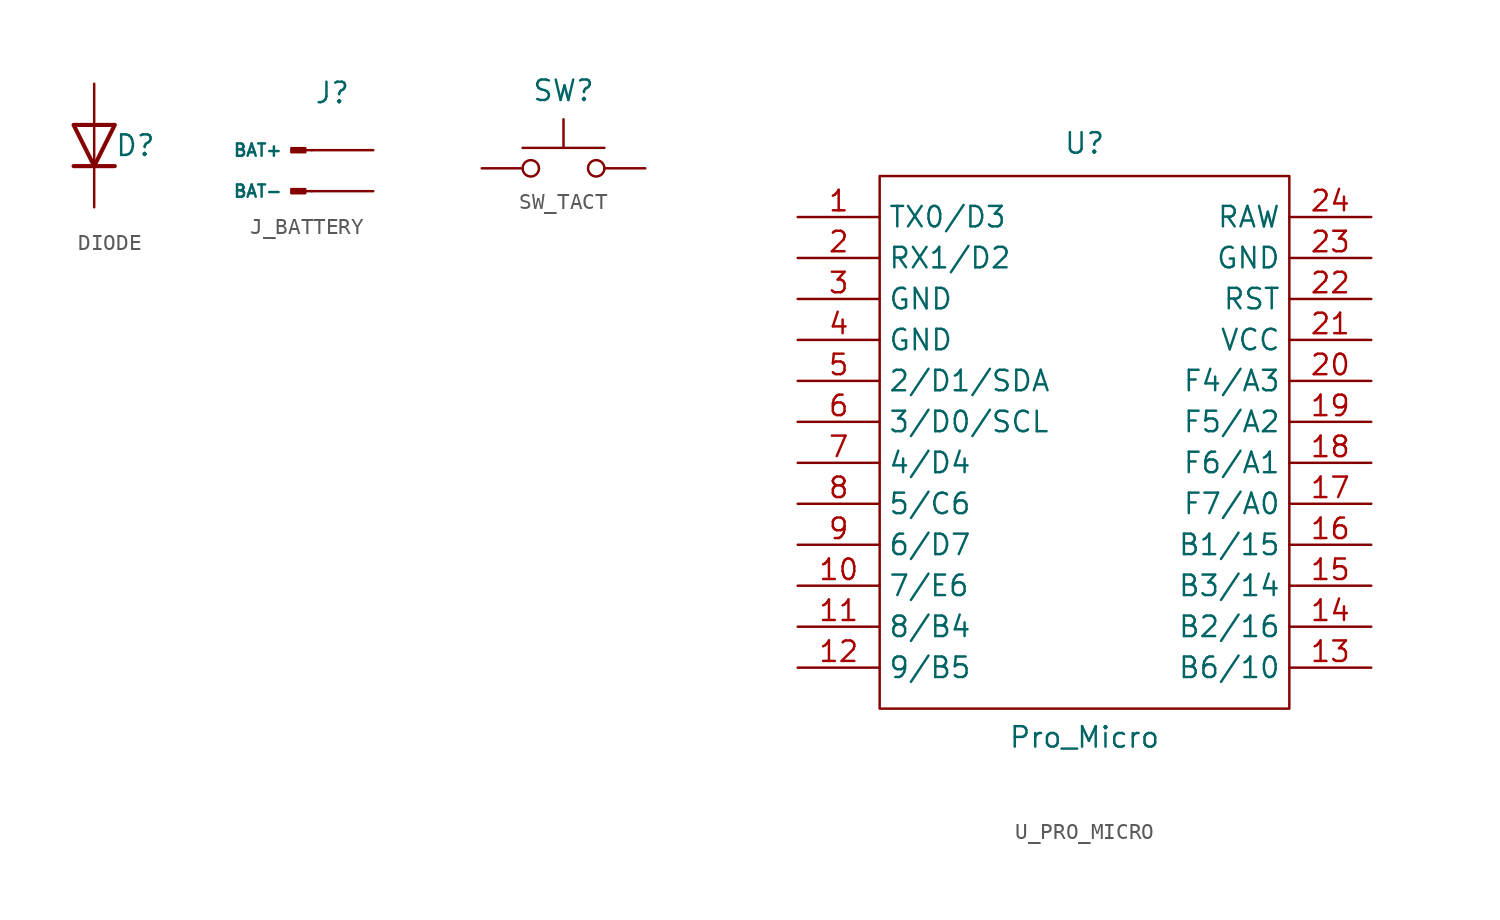
<source format=kicad_sym>
(kicad_symbol_lib
  (version 20241209)
  (generator "kicad_symbol_editor")
  (generator_version "9.0")
  (symbol "DIODE"
    (pin_numbers
      (hide yes))
    (pin_names
      (hide yes))
    (property "Reference" "D"
      (at 2.54 0 0)
      (effects (font (size 1.27 1.27))))
    (symbol "DIODE_0_1"
      (polyline (pts (xy -1.27 1.27) (xy 1.27 1.27) (xy 0 -1.27) (xy -1.27 1.27)) (stroke (width 0.254) (type default)) (fill (type none)))
      (polyline (pts (xy -1.27 -1.27) (xy 1.27 -1.27)) (stroke (width 0.254) (type default)) (fill (type none)))
      (polyline (pts (xy 0 1.27) (xy 0 -1.27)) (stroke (width 0) (type default)) (fill (type none))))
    (symbol "DIODE_1_1"
      (pin passive line (at 0 3.81 270) (length 2.54) (name "A" (effects (font (size 1.27 1.27)))) (number "2" (effects (font (size 1.27 1.27)))))
      (pin passive line (at 0 -3.81 90) (length 2.54) (name "K" (effects (font (size 1.27 1.27)))) (number "1" (effects (font (size 1.27 1.27)))))))
  (symbol "J_BATTERY"
    (pin_numbers
      (hide yes))
    (pin_names
      (offset 1.778))
    (property "Reference" "J"
      (at 0 4.826 0)
      (effects (font (size 1.27 1.27))))
    (symbol "J_BATTERY_1_1"
      (rectangle (start -1.676 1.397) (end -2.54 1.143) (stroke (width 0.152) (type default)) (fill (type outline)))
      (rectangle (start -1.676 -1.143) (end -2.54 -1.397) (stroke (width 0.152) (type default)) (fill (type outline)))
      (polyline (pts (xy -1.27 1.27) (xy -1.676 1.27)) (stroke (width 0.152) (type default)) (fill (type none)))
      (polyline (pts (xy -1.27 -1.27) (xy -1.676 -1.27)) (stroke (width 0.152) (type default)) (fill (type none)))
      (pin passive line (at 2.54 1.27 180) (length 3.81) (name "BAT+" (effects (font (size 0.762 0.762)))) (number "1" (effects (font (size 0.762 0.762)))))
      (pin passive line (at 2.54 -1.27 180) (length 3.81) (name "BAT-" (effects (font (size 0.762 0.762)))) (number "2" (effects (font (size 1.27 1.27)))))))
  (symbol "SW_TACT"
    (pin_numbers
      (hide yes))
    (pin_names
      (offset 1.27)
      (hide yes))
    (property "Reference" "SW"
      (at 0 4.826 0)
      (effects (font (size 1.27 1.27))))
    (symbol "SW_TACT_0_1"
      (circle (center -2.032 0) (radius 0.508) (stroke (width 0) (type default)) (fill (type none)))
      (polyline (pts (xy 0 1.27) (xy 0 3.048)) (stroke (width 0) (type default)) (fill (type none)))
      (circle (center 2.032 0) (radius 0.508) (stroke (width 0) (type default)) (fill (type none)))
      (polyline (pts (xy 2.54 1.27) (xy -2.54 1.27)) (stroke (width 0) (type default)) (fill (type none)))
      (pin passive line (at -5.08 0 0) (length 2.54) (name "1" (effects (font (size 1.27 1.27)))) (number "1" (effects (font (size 1.27 1.27)))))
      (pin passive line (at 5.08 0 180) (length 2.54) (name "2" (effects (font (size 1.27 1.27)))) (number "2" (effects (font (size 1.27 1.27)))))))
  (symbol "U_PRO_MICRO"
    (property "Reference" "U"
      (at 0 17.272 0)
      (effects (font (size 1.27 1.27))))
    (property "Value" "Pro_Micro"
      (at 0 -19.558 0)
      (effects (font (size 1.27 1.27))))
    (symbol "U_PRO_MICRO_0_1"
      (rectangle (start -12.7 15.24) (end 12.7 -17.78) (stroke (width 0) (type solid)) (fill (type none))))
    (symbol "U_PRO_MICRO_1_1"
      (pin bidirectional line (at -17.78 12.7 0) (length 5.08) (name "TX0/D3" (effects (font (size 1.27 1.27)))) (number "1" (effects (font (size 1.27 1.27)))))
      (pin bidirectional line (at -17.78 10.16 0) (length 5.08) (name "RX1/D2" (effects (font (size 1.27 1.27)))) (number "2" (effects (font (size 1.27 1.27)))))
      (pin power_in line (at -17.78 7.62 0) (length 5.08) (name "GND" (effects (font (size 1.27 1.27)))) (number "3" (effects (font (size 1.27 1.27)))))
      (pin power_in line (at -17.78 5.08 0) (length 5.08) (name "GND" (effects (font (size 1.27 1.27)))) (number "4" (effects (font (size 1.27 1.27)))))
      (pin bidirectional line (at -17.78 2.54 0) (length 5.08) (name "2/D1/SDA" (effects (font (size 1.27 1.27)))) (number "5" (effects (font (size 1.27 1.27)))))
      (pin bidirectional line (at -17.78 0 0) (length 5.08) (name "3/D0/SCL" (effects (font (size 1.27 1.27)))) (number "6" (effects (font (size 1.27 1.27)))))
      (pin bidirectional line (at -17.78 -2.54 0) (length 5.08) (name "4/D4" (effects (font (size 1.27 1.27)))) (number "7" (effects (font (size 1.27 1.27)))))
      (pin bidirectional line (at -17.78 -5.08 0) (length 5.08) (name "5/C6" (effects (font (size 1.27 1.27)))) (number "8" (effects (font (size 1.27 1.27)))))
      (pin bidirectional line (at -17.78 -7.62 0) (length 5.08) (name "6/D7" (effects (font (size 1.27 1.27)))) (number "9" (effects (font (size 1.27 1.27)))))
      (pin bidirectional line (at -17.78 -10.16 0) (length 5.08) (name "7/E6" (effects (font (size 1.27 1.27)))) (number "10" (effects (font (size 1.27 1.27)))))
      (pin bidirectional line (at -17.78 -12.7 0) (length 5.08) (name "8/B4" (effects (font (size 1.27 1.27)))) (number "11" (effects (font (size 1.27 1.27)))))
      (pin bidirectional line (at -17.78 -15.24 0) (length 5.08) (name "9/B5" (effects (font (size 1.27 1.27)))) (number "12" (effects (font (size 1.27 1.27)))))
      (pin power_out line (at 17.78 12.7 180) (length 5.08) (name "RAW" (effects (font (size 1.27 1.27)))) (number "24" (effects (font (size 1.27 1.27)))))
      (pin power_in line (at 17.78 10.16 180) (length 5.08) (name "GND" (effects (font (size 1.27 1.27)))) (number "23" (effects (font (size 1.27 1.27)))))
      (pin input line (at 17.78 7.62 180) (length 5.08) (name "RST" (effects (font (size 1.27 1.27)))) (number "22" (effects (font (size 1.27 1.27)))))
      (pin power_in line (at 17.78 5.08 180) (length 5.08) (name "VCC" (effects (font (size 1.27 1.27)))) (number "21" (effects (font (size 1.27 1.27)))))
      (pin bidirectional line (at 17.78 2.54 180) (length 5.08) (name "F4/A3" (effects (font (size 1.27 1.27)))) (number "20" (effects (font (size 1.27 1.27)))))
      (pin bidirectional line (at 17.78 0 180) (length 5.08) (name "F5/A2" (effects (font (size 1.27 1.27)))) (number "19" (effects (font (size 1.27 1.27)))))
      (pin bidirectional line (at 17.78 -2.54 180) (length 5.08) (name "F6/A1" (effects (font (size 1.27 1.27)))) (number "18" (effects (font (size 1.27 1.27)))))
      (pin bidirectional line (at 17.78 -5.08 180) (length 5.08) (name "F7/A0" (effects (font (size 1.27 1.27)))) (number "17" (effects (font (size 1.27 1.27)))))
      (pin bidirectional line (at 17.78 -7.62 180) (length 5.08) (name "B1/15" (effects (font (size 1.27 1.27)))) (number "16" (effects (font (size 1.27 1.27)))))
      (pin bidirectional line (at 17.78 -10.16 180) (length 5.08) (name "B3/14" (effects (font (size 1.27 1.27)))) (number "15" (effects (font (size 1.27 1.27)))))
      (pin bidirectional line (at 17.78 -12.7 180) (length 5.08) (name "B2/16" (effects (font (size 1.27 1.27)))) (number "14" (effects (font (size 1.27 1.27)))))
      (pin bidirectional line (at 17.78 -15.24 180) (length 5.08) (name "B6/10" (effects (font (size 1.27 1.27)))) (number "13" (effects (font (size 1.27 1.27))))))))
</source>
